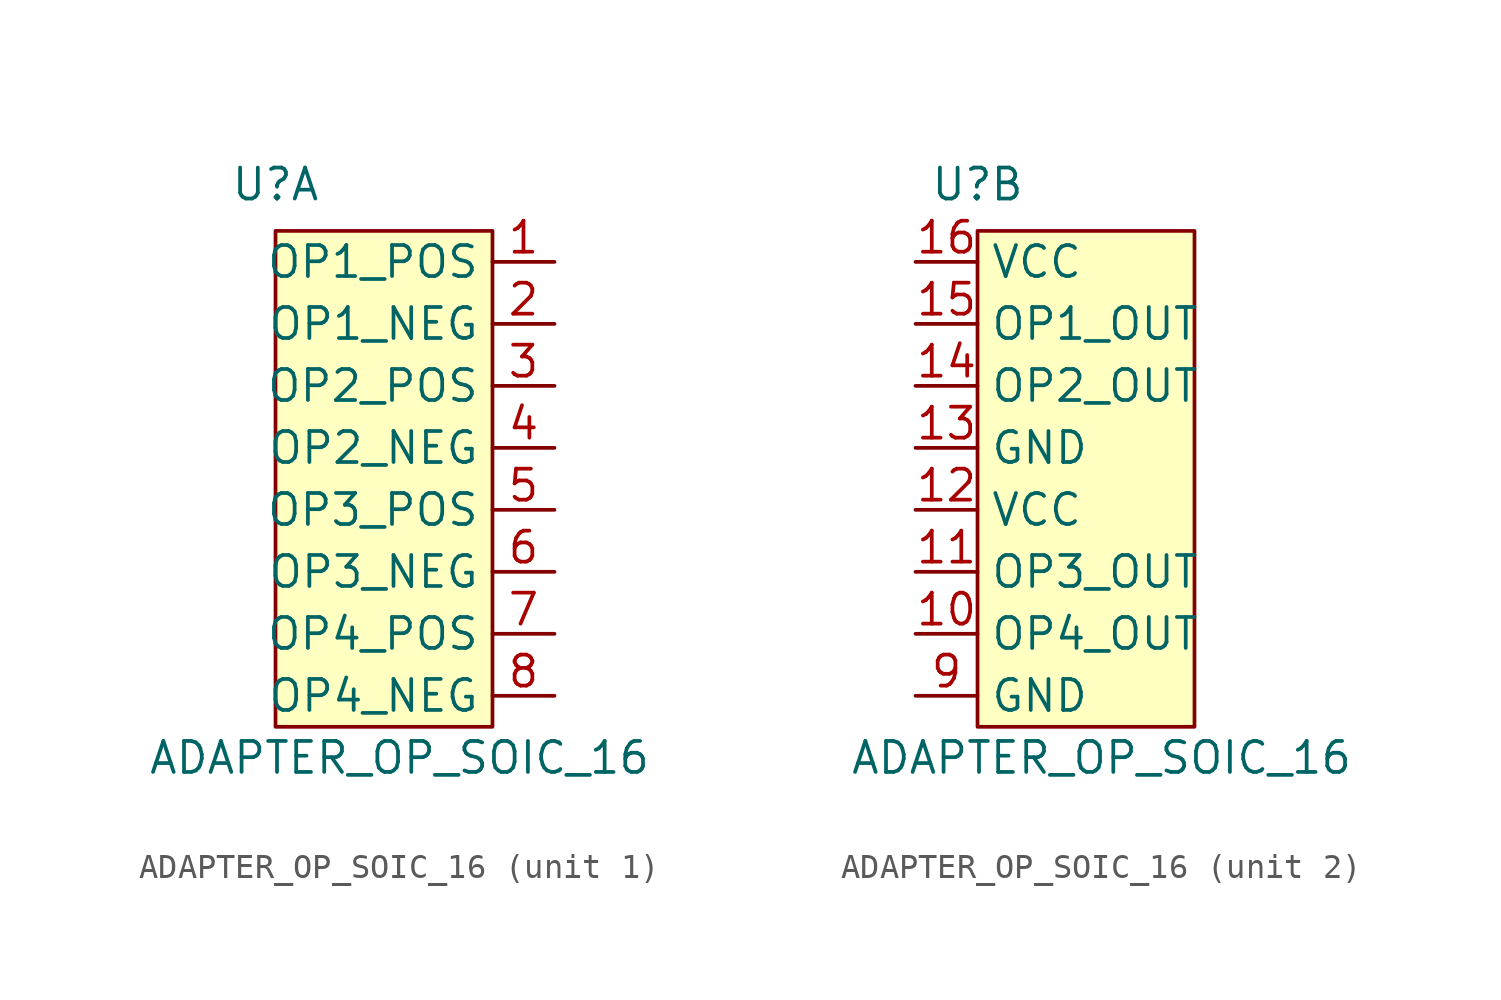
<source format=kicad_sym>
(kicad_symbol_lib
  (version 20220914)
  (generator kicad_symbol_editor)
  (symbol "ADAPTER_OP_SOIC_16"
    (property "Reference" "U"
      (at -3.81 12.065 0)
      (effects (font (size 1.27 1.27))))
    (property "Value" "ADAPTER_OP_SOIC_16"
      (at 1.27 -11.43 0)
      (effects (font (size 1.27 1.27))))
    (symbol "ADAPTER_OP_SOIC_16_0_1"
      (rectangle (start -3.81 10.16) (end 5.08 -10.16) (stroke (width 0) (type default)) (fill (type background))))
    (symbol "ADAPTER_OP_SOIC_16_1_1"
      (pin output line (at 7.62 8.89 180) (length 2.54) (name "OP1_POS" (effects (font (size 1.27 1.27)))) (number "1" (effects (font (size 1.27 1.27)))))
      (pin output line (at 7.62 6.35 180) (length 2.54) (name "OP1_NEG" (effects (font (size 1.27 1.27)))) (number "2" (effects (font (size 1.27 1.27)))))
      (pin output line (at 7.62 3.81 180) (length 2.54) (name "OP2_POS" (effects (font (size 1.27 1.27)))) (number "3" (effects (font (size 1.27 1.27)))))
      (pin output line (at 7.62 1.27 180) (length 2.54) (name "OP2_NEG" (effects (font (size 1.27 1.27)))) (number "4" (effects (font (size 1.27 1.27)))))
      (pin output line (at 7.62 -1.27 180) (length 2.54) (name "OP3_POS" (effects (font (size 1.27 1.27)))) (number "5" (effects (font (size 1.27 1.27)))))
      (pin output line (at 7.62 -3.81 180) (length 2.54) (name "OP3_NEG" (effects (font (size 1.27 1.27)))) (number "6" (effects (font (size 1.27 1.27)))))
      (pin output line (at 7.62 -6.35 180) (length 2.54) (name "OP4_POS" (effects (font (size 1.27 1.27)))) (number "7" (effects (font (size 1.27 1.27)))))
      (pin output line (at 7.62 -8.89 180) (length 2.54) (name "OP4_NEG" (effects (font (size 1.27 1.27)))) (number "8" (effects (font (size 1.27 1.27))))))
    (symbol "ADAPTER_OP_SOIC_16_2_1"
      (pin input line (at -6.35 -6.35 0) (length 2.54) (name "OP4_OUT" (effects (font (size 1.27 1.27)))) (number "10" (effects (font (size 1.27 1.27)))))
      (pin input line (at -6.35 -3.81 0) (length 2.54) (name "OP3_OUT" (effects (font (size 1.27 1.27)))) (number "11" (effects (font (size 1.27 1.27)))))
      (pin power_in line (at -6.35 -1.27 0) (length 2.54) (name "VCC" (effects (font (size 1.27 1.27)))) (number "12" (effects (font (size 1.27 1.27)))))
      (pin power_in line (at -6.35 1.27 0) (length 2.54) (name "GND" (effects (font (size 1.27 1.27)))) (number "13" (effects (font (size 1.27 1.27)))))
      (pin input line (at -6.35 3.81 0) (length 2.54) (name "OP2_OUT" (effects (font (size 1.27 1.27)))) (number "14" (effects (font (size 1.27 1.27)))))
      (pin input line (at -6.35 6.35 0) (length 2.54) (name "OP1_OUT" (effects (font (size 1.27 1.27)))) (number "15" (effects (font (size 1.27 1.27)))))
      (pin power_out line (at -6.35 8.89 0) (length 2.54) (name "VCC" (effects (font (size 1.27 1.27)))) (number "16" (effects (font (size 1.27 1.27)))))
      (pin power_out line (at -6.35 -8.89 0) (length 2.54) (name "GND" (effects (font (size 1.27 1.27)))) (number "9" (effects (font (size 1.27 1.27))))))))
</source>
